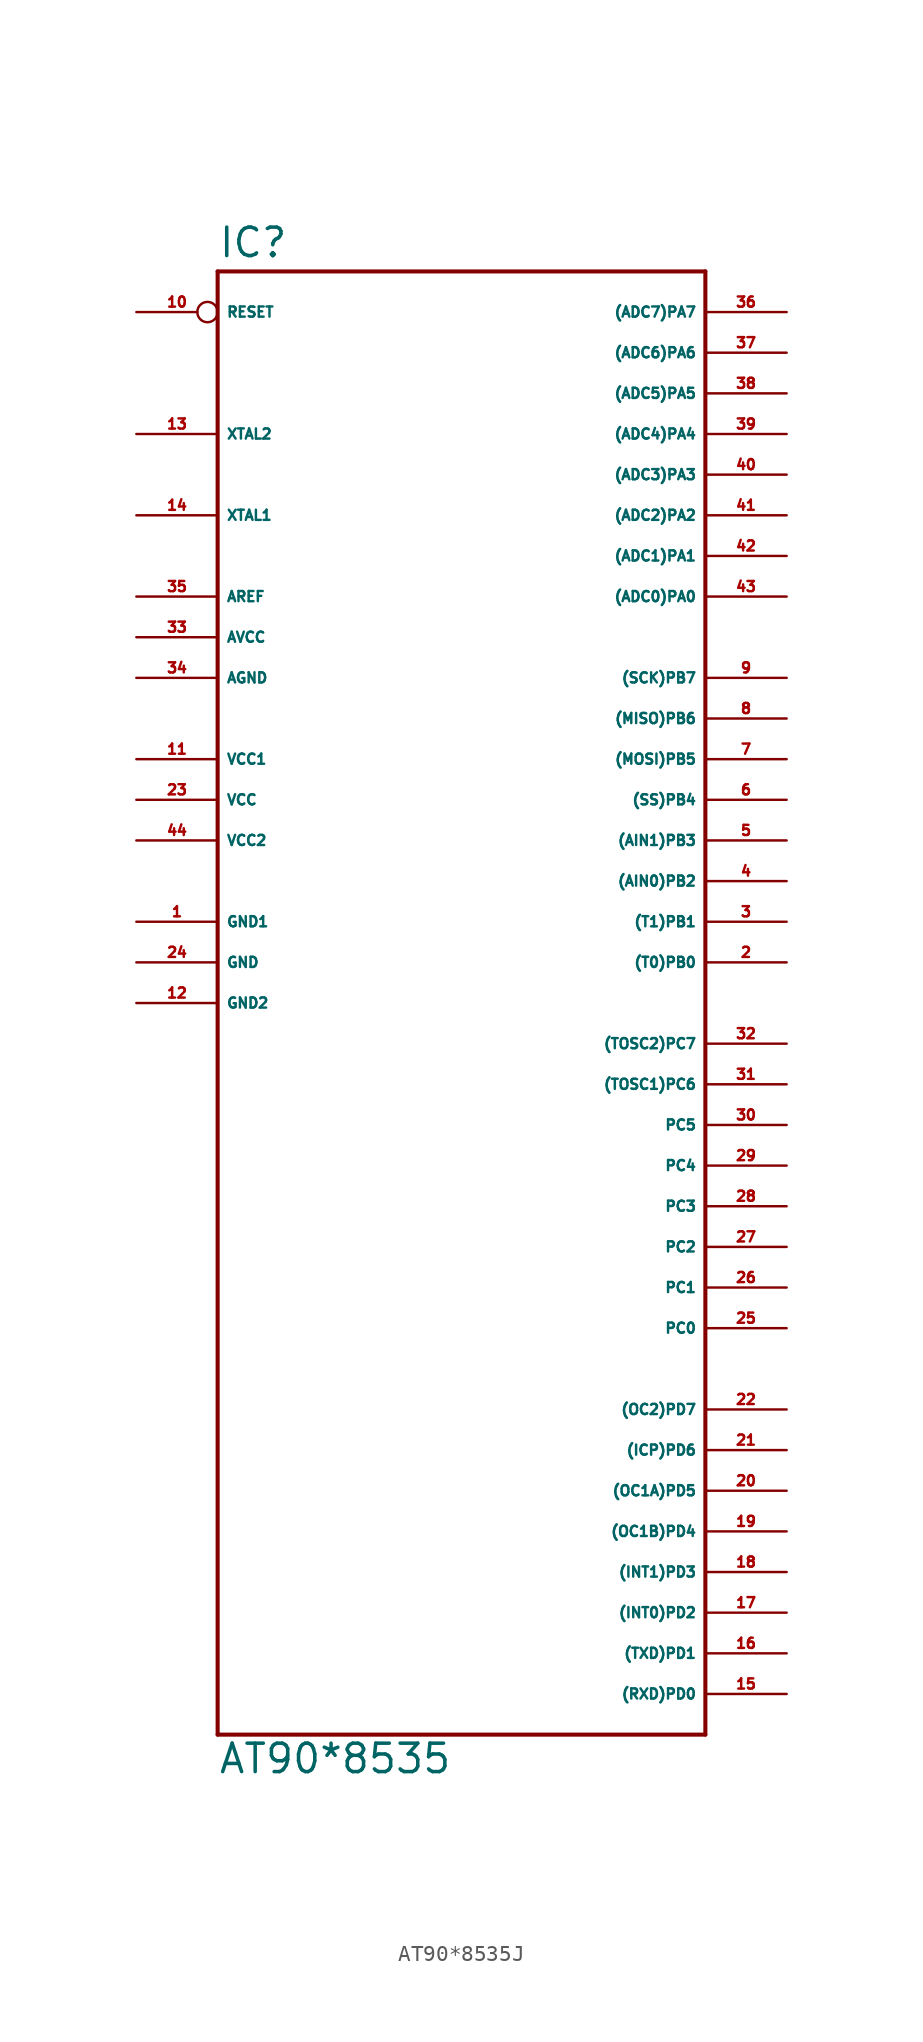
<source format=kicad_sym>
(kicad_symbol_lib
  (version 20220914)
  (generator Eagle2Kicad)
  (symbol "AT90*8535J"
    (property "Reference" "IC"
      (at -15.24 43.942 0)
      (effects (font (size 1.778 1.778) (thickness 0.22)) (justify left bottom)))
    (property "Value" "AT90*8535"
      (at -15.24 -50.8 0)
      (effects (font (size 1.778 1.778) (thickness 0.22)) (justify left bottom)))
    (polyline
      (pts (xy -15.24 43.18) (xy 15.24 43.18))
      (stroke (width 0.254) (type default))
      (fill (type none)))
    (polyline
      (pts (xy 15.24 43.18) (xy 15.24 -48.26))
      (stroke (width 0.254) (type default))
      (fill (type none)))
    (polyline
      (pts (xy 15.24 -48.26) (xy -15.24 -48.26))
      (stroke (width 0.254) (type default))
      (fill (type none)))
    (polyline
      (pts (xy -15.24 -48.26) (xy -15.24 43.18))
      (stroke (width 0.254) (type default))
      (fill (type none)))
    (pin bidirectional line
      (at 20.32 40.64 180)
      (length 5.08)
      (name "(ADC7)PA7" (effects (font (size 0.635 0.635) (thickness 0.08)) (justify left bottom)))
      (number "36" (effects (font (size 0.635 0.635) (thickness 0.08)) (justify left bottom))))
    (pin bidirectional line
      (at 20.32 38.1 180)
      (length 5.08)
      (name "(ADC6)PA6" (effects (font (size 0.635 0.635) (thickness 0.08)) (justify left bottom)))
      (number "37" (effects (font (size 0.635 0.635) (thickness 0.08)) (justify left bottom))))
    (pin bidirectional line
      (at 20.32 35.56 180)
      (length 5.08)
      (name "(ADC5)PA5" (effects (font (size 0.635 0.635) (thickness 0.08)) (justify left bottom)))
      (number "38" (effects (font (size 0.635 0.635) (thickness 0.08)) (justify left bottom))))
    (pin bidirectional line
      (at 20.32 33.02 180)
      (length 5.08)
      (name "(ADC4)PA4" (effects (font (size 0.635 0.635) (thickness 0.08)) (justify left bottom)))
      (number "39" (effects (font (size 0.635 0.635) (thickness 0.08)) (justify left bottom))))
    (pin bidirectional line
      (at 20.32 30.48 180)
      (length 5.08)
      (name "(ADC3)PA3" (effects (font (size 0.635 0.635) (thickness 0.08)) (justify left bottom)))
      (number "40" (effects (font (size 0.635 0.635) (thickness 0.08)) (justify left bottom))))
    (pin bidirectional line
      (at 20.32 27.94 180)
      (length 5.08)
      (name "(ADC2)PA2" (effects (font (size 0.635 0.635) (thickness 0.08)) (justify left bottom)))
      (number "41" (effects (font (size 0.635 0.635) (thickness 0.08)) (justify left bottom))))
    (pin bidirectional line
      (at 20.32 25.4 180)
      (length 5.08)
      (name "(ADC1)PA1" (effects (font (size 0.635 0.635) (thickness 0.08)) (justify left bottom)))
      (number "42" (effects (font (size 0.635 0.635) (thickness 0.08)) (justify left bottom))))
    (pin bidirectional line
      (at 20.32 22.86 180)
      (length 5.08)
      (name "(ADC0)PA0" (effects (font (size 0.635 0.635) (thickness 0.08)) (justify left bottom)))
      (number "43" (effects (font (size 0.635 0.635) (thickness 0.08)) (justify left bottom))))
    (pin bidirectional line
      (at 20.32 17.78 180)
      (length 5.08)
      (name "(SCK)PB7" (effects (font (size 0.635 0.635) (thickness 0.08)) (justify left bottom)))
      (number "9" (effects (font (size 0.635 0.635) (thickness 0.08)) (justify left bottom))))
    (pin bidirectional line
      (at 20.32 15.24 180)
      (length 5.08)
      (name "(MISO)PB6" (effects (font (size 0.635 0.635) (thickness 0.08)) (justify left bottom)))
      (number "8" (effects (font (size 0.635 0.635) (thickness 0.08)) (justify left bottom))))
    (pin bidirectional line
      (at 20.32 12.7 180)
      (length 5.08)
      (name "(MOSI)PB5" (effects (font (size 0.635 0.635) (thickness 0.08)) (justify left bottom)))
      (number "7" (effects (font (size 0.635 0.635) (thickness 0.08)) (justify left bottom))))
    (pin bidirectional line
      (at 20.32 10.16 180)
      (length 5.08)
      (name "(SS)PB4" (effects (font (size 0.635 0.635) (thickness 0.08)) (justify left bottom)))
      (number "6" (effects (font (size 0.635 0.635) (thickness 0.08)) (justify left bottom))))
    (pin bidirectional line
      (at 20.32 7.62 180)
      (length 5.08)
      (name "(AIN1)PB3" (effects (font (size 0.635 0.635) (thickness 0.08)) (justify left bottom)))
      (number "5" (effects (font (size 0.635 0.635) (thickness 0.08)) (justify left bottom))))
    (pin bidirectional line
      (at 20.32 5.08 180)
      (length 5.08)
      (name "(AIN0)PB2" (effects (font (size 0.635 0.635) (thickness 0.08)) (justify left bottom)))
      (number "4" (effects (font (size 0.635 0.635) (thickness 0.08)) (justify left bottom))))
    (pin bidirectional line
      (at 20.32 2.54 180)
      (length 5.08)
      (name "(T1)PB1" (effects (font (size 0.635 0.635) (thickness 0.08)) (justify left bottom)))
      (number "3" (effects (font (size 0.635 0.635) (thickness 0.08)) (justify left bottom))))
    (pin bidirectional line
      (at 20.32 0 180)
      (length 5.08)
      (name "(T0)PB0" (effects (font (size 0.635 0.635) (thickness 0.08)) (justify left bottom)))
      (number "2" (effects (font (size 0.635 0.635) (thickness 0.08)) (justify left bottom))))
    (pin bidirectional line
      (at 20.32 -5.08 180)
      (length 5.08)
      (name "(TOSC2)PC7" (effects (font (size 0.635 0.635) (thickness 0.08)) (justify left bottom)))
      (number "32" (effects (font (size 0.635 0.635) (thickness 0.08)) (justify left bottom))))
    (pin bidirectional line
      (at 20.32 -7.62 180)
      (length 5.08)
      (name "(TOSC1)PC6" (effects (font (size 0.635 0.635) (thickness 0.08)) (justify left bottom)))
      (number "31" (effects (font (size 0.635 0.635) (thickness 0.08)) (justify left bottom))))
    (pin bidirectional line
      (at 20.32 -10.16 180)
      (length 5.08)
      (name "PC5" (effects (font (size 0.635 0.635) (thickness 0.08)) (justify left bottom)))
      (number "30" (effects (font (size 0.635 0.635) (thickness 0.08)) (justify left bottom))))
    (pin bidirectional line
      (at 20.32 -12.7 180)
      (length 5.08)
      (name "PC4" (effects (font (size 0.635 0.635) (thickness 0.08)) (justify left bottom)))
      (number "29" (effects (font (size 0.635 0.635) (thickness 0.08)) (justify left bottom))))
    (pin bidirectional line
      (at 20.32 -15.24 180)
      (length 5.08)
      (name "PC3" (effects (font (size 0.635 0.635) (thickness 0.08)) (justify left bottom)))
      (number "28" (effects (font (size 0.635 0.635) (thickness 0.08)) (justify left bottom))))
    (pin bidirectional line
      (at 20.32 -17.78 180)
      (length 5.08)
      (name "PC2" (effects (font (size 0.635 0.635) (thickness 0.08)) (justify left bottom)))
      (number "27" (effects (font (size 0.635 0.635) (thickness 0.08)) (justify left bottom))))
    (pin bidirectional line
      (at 20.32 -20.32 180)
      (length 5.08)
      (name "PC1" (effects (font (size 0.635 0.635) (thickness 0.08)) (justify left bottom)))
      (number "26" (effects (font (size 0.635 0.635) (thickness 0.08)) (justify left bottom))))
    (pin bidirectional line
      (at 20.32 -22.86 180)
      (length 5.08)
      (name "PC0" (effects (font (size 0.635 0.635) (thickness 0.08)) (justify left bottom)))
      (number "25" (effects (font (size 0.635 0.635) (thickness 0.08)) (justify left bottom))))
    (pin unspecified line
      (at -20.32 17.78 0)
      (length 5.08)
      (name "AGND" (effects (font (size 0.635 0.635) (thickness 0.08)) (justify left bottom)))
      (number "34" (effects (font (size 0.635 0.635) (thickness 0.08)) (justify left bottom))))
    (pin unspecified line
      (at -20.32 20.32 0)
      (length 5.08)
      (name "AVCC" (effects (font (size 0.635 0.635) (thickness 0.08)) (justify left bottom)))
      (number "33" (effects (font (size 0.635 0.635) (thickness 0.08)) (justify left bottom))))
    (pin passive line
      (at -20.32 22.86 0)
      (length 5.08)
      (name "AREF" (effects (font (size 0.635 0.635) (thickness 0.08)) (justify left bottom)))
      (number "35" (effects (font (size 0.635 0.635) (thickness 0.08)) (justify left bottom))))
    (pin bidirectional line
      (at -20.32 27.94 0)
      (length 5.08)
      (name "XTAL1" (effects (font (size 0.635 0.635) (thickness 0.08)) (justify left bottom)))
      (number "14" (effects (font (size 0.635 0.635) (thickness 0.08)) (justify left bottom))))
    (pin bidirectional line
      (at -20.32 33.02 0)
      (length 5.08)
      (name "XTAL2" (effects (font (size 0.635 0.635) (thickness 0.08)) (justify left bottom)))
      (number "13" (effects (font (size 0.635 0.635) (thickness 0.08)) (justify left bottom))))
    (pin unspecified line
      (at -20.32 2.54 0)
      (length 5.08)
      (name "GND1" (effects (font (size 0.635 0.635) (thickness 0.08)) (justify left bottom)))
      (number "1" (effects (font (size 0.635 0.635) (thickness 0.08)) (justify left bottom))))
    (pin unspecified line
      (at -20.32 -2.54 0)
      (length 5.08)
      (name "GND2" (effects (font (size 0.635 0.635) (thickness 0.08)) (justify left bottom)))
      (number "12" (effects (font (size 0.635 0.635) (thickness 0.08)) (justify left bottom))))
    (pin input inverted
      (at -20.32 40.64 0)
      (length 5.08)
      (name "RESET" (effects (font (size 0.635 0.635) (thickness 0.08)) (justify left bottom)))
      (number "10" (effects (font (size 0.635 0.635) (thickness 0.08)) (justify left bottom))))
    (pin bidirectional line
      (at 20.32 -45.72 180)
      (length 5.08)
      (name "(RXD)PD0" (effects (font (size 0.635 0.635) (thickness 0.08)) (justify left bottom)))
      (number "15" (effects (font (size 0.635 0.635) (thickness 0.08)) (justify left bottom))))
    (pin bidirectional line
      (at 20.32 -43.18 180)
      (length 5.08)
      (name "(TXD)PD1" (effects (font (size 0.635 0.635) (thickness 0.08)) (justify left bottom)))
      (number "16" (effects (font (size 0.635 0.635) (thickness 0.08)) (justify left bottom))))
    (pin bidirectional line
      (at 20.32 -40.64 180)
      (length 5.08)
      (name "(INT0)PD2" (effects (font (size 0.635 0.635) (thickness 0.08)) (justify left bottom)))
      (number "17" (effects (font (size 0.635 0.635) (thickness 0.08)) (justify left bottom))))
    (pin bidirectional line
      (at 20.32 -38.1 180)
      (length 5.08)
      (name "(INT1)PD3" (effects (font (size 0.635 0.635) (thickness 0.08)) (justify left bottom)))
      (number "18" (effects (font (size 0.635 0.635) (thickness 0.08)) (justify left bottom))))
    (pin bidirectional line
      (at 20.32 -35.56 180)
      (length 5.08)
      (name "(OC1B)PD4" (effects (font (size 0.635 0.635) (thickness 0.08)) (justify left bottom)))
      (number "19" (effects (font (size 0.635 0.635) (thickness 0.08)) (justify left bottom))))
    (pin bidirectional line
      (at 20.32 -33.02 180)
      (length 5.08)
      (name "(OC1A)PD5" (effects (font (size 0.635 0.635) (thickness 0.08)) (justify left bottom)))
      (number "20" (effects (font (size 0.635 0.635) (thickness 0.08)) (justify left bottom))))
    (pin bidirectional line
      (at 20.32 -30.48 180)
      (length 5.08)
      (name "(ICP)PD6" (effects (font (size 0.635 0.635) (thickness 0.08)) (justify left bottom)))
      (number "21" (effects (font (size 0.635 0.635) (thickness 0.08)) (justify left bottom))))
    (pin bidirectional line
      (at 20.32 -27.94 180)
      (length 5.08)
      (name "(OC2)PD7" (effects (font (size 0.635 0.635) (thickness 0.08)) (justify left bottom)))
      (number "22" (effects (font (size 0.635 0.635) (thickness 0.08)) (justify left bottom))))
    (pin unspecified line
      (at -20.32 12.7 0)
      (length 5.08)
      (name "VCC1" (effects (font (size 0.635 0.635) (thickness 0.08)) (justify left bottom)))
      (number "11" (effects (font (size 0.635 0.635) (thickness 0.08)) (justify left bottom))))
    (pin unspecified line
      (at -20.32 10.16 0)
      (length 5.08)
      (name "VCC" (effects (font (size 0.635 0.635) (thickness 0.08)) (justify left bottom)))
      (number "23" (effects (font (size 0.635 0.635) (thickness 0.08)) (justify left bottom))))
    (pin unspecified line
      (at -20.32 7.62 0)
      (length 5.08)
      (name "VCC2" (effects (font (size 0.635 0.635) (thickness 0.08)) (justify left bottom)))
      (number "44" (effects (font (size 0.635 0.635) (thickness 0.08)) (justify left bottom))))
    (pin unspecified line
      (at -20.32 0 0)
      (length 5.08)
      (name "GND" (effects (font (size 0.635 0.635) (thickness 0.08)) (justify left bottom)))
      (number "24" (effects (font (size 0.635 0.635) (thickness 0.08)) (justify left bottom))))))
</source>
